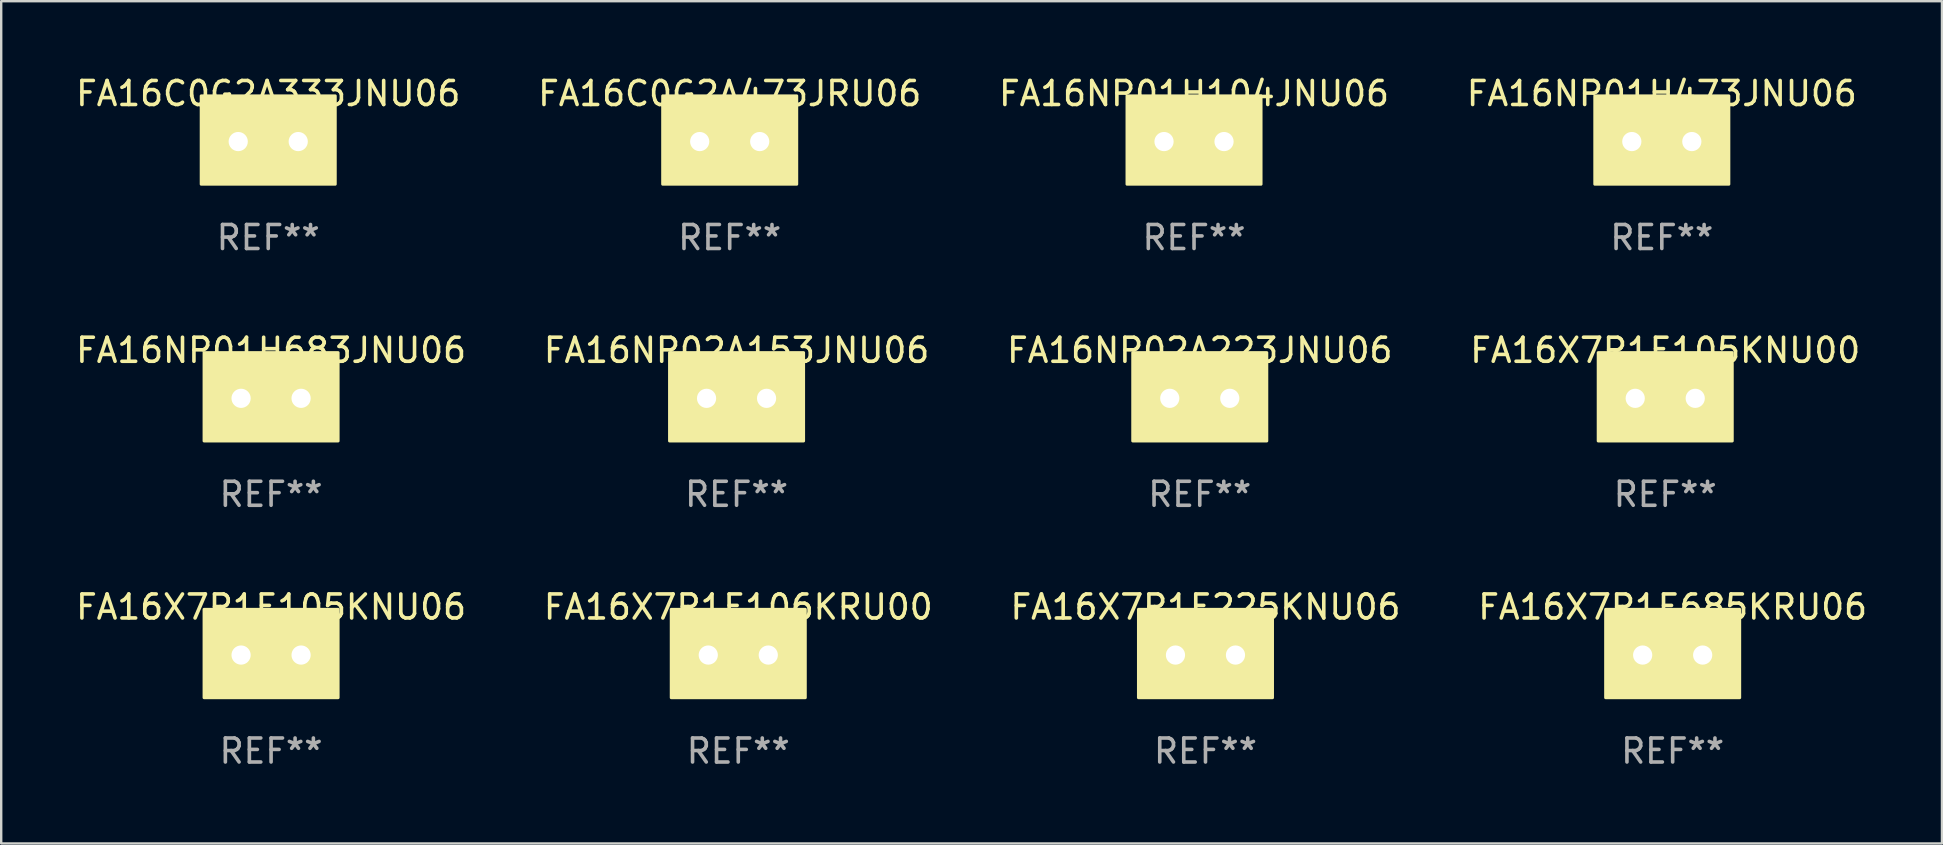
<source format=kicad_pcb>
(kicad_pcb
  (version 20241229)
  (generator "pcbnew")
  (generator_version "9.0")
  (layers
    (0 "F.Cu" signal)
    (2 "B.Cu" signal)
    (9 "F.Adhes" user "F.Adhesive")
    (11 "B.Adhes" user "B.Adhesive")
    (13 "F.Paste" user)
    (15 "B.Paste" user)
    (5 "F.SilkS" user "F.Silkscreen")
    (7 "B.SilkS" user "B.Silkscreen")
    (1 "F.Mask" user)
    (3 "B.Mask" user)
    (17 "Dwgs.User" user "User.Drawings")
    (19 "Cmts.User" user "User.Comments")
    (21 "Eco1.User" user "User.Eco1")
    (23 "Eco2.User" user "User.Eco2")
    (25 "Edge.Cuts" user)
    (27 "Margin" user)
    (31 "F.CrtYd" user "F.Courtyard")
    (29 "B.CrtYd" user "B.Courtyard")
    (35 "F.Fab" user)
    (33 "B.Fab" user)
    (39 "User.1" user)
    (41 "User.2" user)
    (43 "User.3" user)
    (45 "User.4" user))
  (footprint "FA16C0G2A473JRU06"
    (layer "F.Cu")
    (at 27.351 2.848)
    (property "Reference" "FA16C0G2A473JRU06" (at 0 -2 0) (layer "F.SilkS") (effects (font (size 1 1) (thickness 0.15))))
    (attr through_hole)
    (fp_circle (center -2.75 1.75) (end -2.72 1.75) (stroke (width 0.06) (type solid)) (fill no) (layer "F.SilkS"))
    (fp_poly (pts (xy -2.794 -1.905) (xy 2.794 -1.905) (xy 2.794 1.778) (xy -2.794 1.778)) (stroke (width 0.12) (type solid)) (fill yes) (layer "F.SilkS"))
    (fp_text user "REF**" (at 0 4 0) (layer "F.Fab") (effects (font (size 1 1) (thickness 0.15))))
    (pad "1" thru_hole circle (at -1.25 0) (size 1.2 1.2) (drill 0.8) (layers "*.Cu" "*.Mask"))
    (pad "2" thru_hole circle (at 1.25 0) (size 1.2 1.2) (drill 0.8) (layers "*.Cu" "*.Mask")))
  (footprint "FA16NP01H473JNU06"
    (layer "F.Cu")
    (at 66.185 2.848)
    (property "Reference" "FA16NP01H473JNU06" (at 0 -2 0) (layer "F.SilkS") (effects (font (size 1 1) (thickness 0.15))))
    (attr through_hole)
    (fp_circle (center -2.75 1.75) (end -2.72 1.75) (stroke (width 0.06) (type solid)) (fill no) (layer "F.SilkS"))
    (fp_poly (pts (xy -2.794 -1.905) (xy 2.794 -1.905) (xy 2.794 1.778) (xy -2.794 1.778)) (stroke (width 0.12) (type solid)) (fill yes) (layer "F.SilkS"))
    (fp_text user "REF**" (at 0 4 0) (layer "F.Fab") (effects (font (size 1 1) (thickness 0.15))))
    (pad "1" thru_hole circle (at -1.25 0) (size 1.2 1.2) (drill 0.8) (layers "*.Cu" "*.Mask"))
    (pad "2" thru_hole circle (at 1.25 0) (size 1.2 1.2) (drill 0.8) (layers "*.Cu" "*.Mask")))
  (footprint "FA16X7R1E105KNU00"
    (layer "F.Cu")
    (at 66.327 13.545)
    (property "Reference" "FA16X7R1E105KNU00" (at 0 -2 0) (layer "F.SilkS") (effects (font (size 1 1) (thickness 0.15))))
    (attr through_hole)
    (fp_circle (center -2.75 1.75) (end -2.72 1.75) (stroke (width 0.06) (type solid)) (fill no) (layer "F.SilkS"))
    (fp_poly (pts (xy -2.794 -1.905) (xy 2.794 -1.905) (xy 2.794 1.778) (xy -2.794 1.778)) (stroke (width 0.12) (type solid)) (fill yes) (layer "F.SilkS"))
    (fp_text user "REF**" (at 0 4 0) (layer "F.Fab") (effects (font (size 1 1) (thickness 0.15))))
    (pad "1" thru_hole circle (at -1.25 0) (size 1.2 1.2) (drill 0.8) (layers "*.Cu" "*.Mask"))
    (pad "2" thru_hole circle (at 1.25 0) (size 1.2 1.2) (drill 0.8) (layers "*.Cu" "*.Mask")))
  (footprint "FA16X7R1E106KRU00"
    (layer "F.Cu")
    (at 27.708 24.241)
    (property "Reference" "FA16X7R1E106KRU00" (at 0 -2 0) (layer "F.SilkS") (effects (font (size 1 1) (thickness 0.15))))
    (attr through_hole)
    (fp_circle (center -2.75 1.75) (end -2.72 1.75) (stroke (width 0.06) (type solid)) (fill no) (layer "F.SilkS"))
    (fp_poly (pts (xy -2.794 -1.905) (xy 2.794 -1.905) (xy 2.794 1.778) (xy -2.794 1.778)) (stroke (width 0.12) (type solid)) (fill yes) (layer "F.SilkS"))
    (fp_text user "REF**" (at 0 4 0) (layer "F.Fab") (effects (font (size 1 1) (thickness 0.15))))
    (pad "1" thru_hole circle (at -1.25 0) (size 1.2 1.2) (drill 0.8) (layers "*.Cu" "*.Mask"))
    (pad "2" thru_hole circle (at 1.25 0) (size 1.2 1.2) (drill 0.8) (layers "*.Cu" "*.Mask")))
  (footprint "FA16X7R1E225KNU06"
    (layer "F.Cu")
    (at 47.173 24.241)
    (property "Reference" "FA16X7R1E225KNU06" (at 0 -2 0) (layer "F.SilkS") (effects (font (size 1 1) (thickness 0.15))))
    (attr through_hole)
    (fp_circle (center -2.75 1.75) (end -2.72 1.75) (stroke (width 0.06) (type solid)) (fill no) (layer "F.SilkS"))
    (fp_poly (pts (xy -2.794 -1.905) (xy 2.794 -1.905) (xy 2.794 1.778) (xy -2.794 1.778)) (stroke (width 0.12) (type solid)) (fill yes) (layer "F.SilkS"))
    (fp_text user "REF**" (at 0 4 0) (layer "F.Fab") (effects (font (size 1 1) (thickness 0.15))))
    (pad "1" thru_hole circle (at -1.25 0) (size 1.2 1.2) (drill 0.8) (layers "*.Cu" "*.Mask"))
    (pad "2" thru_hole circle (at 1.25 0) (size 1.2 1.2) (drill 0.8) (layers "*.Cu" "*.Mask")))
  (footprint "FA16X7R1E685KRU06"
    (layer "F.Cu")
    (at 66.637 24.241)
    (property "Reference" "FA16X7R1E685KRU06" (at 0 -2 0) (layer "F.SilkS") (effects (font (size 1 1) (thickness 0.15))))
    (attr through_hole)
    (fp_circle (center -2.75 1.75) (end -2.72 1.75) (stroke (width 0.06) (type solid)) (fill no) (layer "F.SilkS"))
    (fp_poly (pts (xy -2.794 -1.905) (xy 2.794 -1.905) (xy 2.794 1.778) (xy -2.794 1.778)) (stroke (width 0.12) (type solid)) (fill yes) (layer "F.SilkS"))
    (fp_text user "REF**" (at 0 4 0) (layer "F.Fab") (effects (font (size 1 1) (thickness 0.15))))
    (pad "1" thru_hole circle (at -1.25 0) (size 1.2 1.2) (drill 0.8) (layers "*.Cu" "*.Mask"))
    (pad "2" thru_hole circle (at 1.25 0) (size 1.2 1.2) (drill 0.8) (layers "*.Cu" "*.Mask")))
  (footprint "FA16NP01H683JNU06"
    (layer "F.Cu")
    (at 8.244 13.545)
    (property "Reference" "FA16NP01H683JNU06" (at 0 -2 0) (layer "F.SilkS") (effects (font (size 1 1) (thickness 0.15))))
    (attr through_hole)
    (fp_circle (center -2.75 1.75) (end -2.72 1.75) (stroke (width 0.06) (type solid)) (fill no) (layer "F.SilkS"))
    (fp_poly (pts (xy -2.794 -1.905) (xy 2.794 -1.905) (xy 2.794 1.778) (xy -2.794 1.778)) (stroke (width 0.12) (type solid)) (fill yes) (layer "F.SilkS"))
    (fp_text user "REF**" (at 0 4 0) (layer "F.Fab") (effects (font (size 1 1) (thickness 0.15))))
    (pad "1" thru_hole circle (at -1.25 0) (size 1.2 1.2) (drill 0.8) (layers "*.Cu" "*.Mask"))
    (pad "2" thru_hole circle (at 1.25 0) (size 1.2 1.2) (drill 0.8) (layers "*.Cu" "*.Mask")))
  (footprint "FA16NP02A153JNU06"
    (layer "F.Cu")
    (at 27.637 13.545)
    (property "Reference" "FA16NP02A153JNU06" (at 0 -2 0) (layer "F.SilkS") (effects (font (size 1 1) (thickness 0.15))))
    (attr through_hole)
    (fp_circle (center -2.75 1.75) (end -2.72 1.75) (stroke (width 0.06) (type solid)) (fill no) (layer "F.SilkS"))
    (fp_poly (pts (xy -2.794 -1.905) (xy 2.794 -1.905) (xy 2.794 1.778) (xy -2.794 1.778)) (stroke (width 0.12) (type solid)) (fill yes) (layer "F.SilkS"))
    (fp_text user "REF**" (at 0 4 0) (layer "F.Fab") (effects (font (size 1 1) (thickness 0.15))))
    (pad "1" thru_hole circle (at -1.25 0) (size 1.2 1.2) (drill 0.8) (layers "*.Cu" "*.Mask"))
    (pad "2" thru_hole circle (at 1.25 0) (size 1.2 1.2) (drill 0.8) (layers "*.Cu" "*.Mask")))
  (footprint "FA16X7R1E105KNU06"
    (layer "F.Cu")
    (at 8.244 24.241)
    (property "Reference" "FA16X7R1E105KNU06" (at 0 -2 0) (layer "F.SilkS") (effects (font (size 1 1) (thickness 0.15))))
    (attr through_hole)
    (fp_circle (center -2.75 1.75) (end -2.72 1.75) (stroke (width 0.06) (type solid)) (fill no) (layer "F.SilkS"))
    (fp_poly (pts (xy -2.794 -1.905) (xy 2.794 -1.905) (xy 2.794 1.778) (xy -2.794 1.778)) (stroke (width 0.12) (type solid)) (fill yes) (layer "F.SilkS"))
    (fp_text user "REF**" (at 0 4 0) (layer "F.Fab") (effects (font (size 1 1) (thickness 0.15))))
    (pad "1" thru_hole circle (at -1.25 0) (size 1.2 1.2) (drill 0.8) (layers "*.Cu" "*.Mask"))
    (pad "2" thru_hole circle (at 1.25 0) (size 1.2 1.2) (drill 0.8) (layers "*.Cu" "*.Mask")))
  (footprint "FA16C0G2A333JNU06"
    (layer "F.Cu")
    (at 8.125 2.848)
    (property "Reference" "FA16C0G2A333JNU06" (at 0 -2 0) (layer "F.SilkS") (effects (font (size 1 1) (thickness 0.15))))
    (attr through_hole)
    (fp_circle (center -2.75 1.75) (end -2.72 1.75) (stroke (width 0.06) (type solid)) (fill no) (layer "F.SilkS"))
    (fp_poly (pts (xy -2.794 -1.905) (xy 2.794 -1.905) (xy 2.794 1.778) (xy -2.794 1.778)) (stroke (width 0.12) (type solid)) (fill yes) (layer "F.SilkS"))
    (fp_text user "REF**" (at 0 4 0) (layer "F.Fab") (effects (font (size 1 1) (thickness 0.15))))
    (pad "1" thru_hole circle (at -1.25 0) (size 1.2 1.2) (drill 0.8) (layers "*.Cu" "*.Mask"))
    (pad "2" thru_hole circle (at 1.25 0) (size 1.2 1.2) (drill 0.8) (layers "*.Cu" "*.Mask")))
  (footprint "FA16NP02A223JNU06"
    (layer "F.Cu")
    (at 46.935 13.545)
    (property "Reference" "FA16NP02A223JNU06" (at 0 -2 0) (layer "F.SilkS") (effects (font (size 1 1) (thickness 0.15))))
    (attr through_hole)
    (fp_circle (center -2.75 1.75) (end -2.72 1.75) (stroke (width 0.06) (type solid)) (fill no) (layer "F.SilkS"))
    (fp_poly (pts (xy -2.794 -1.905) (xy 2.794 -1.905) (xy 2.794 1.778) (xy -2.794 1.778)) (stroke (width 0.12) (type solid)) (fill yes) (layer "F.SilkS"))
    (fp_text user "REF**" (at 0 4 0) (layer "F.Fab") (effects (font (size 1 1) (thickness 0.15))))
    (pad "1" thru_hole circle (at -1.25 0) (size 1.2 1.2) (drill 0.8) (layers "*.Cu" "*.Mask"))
    (pad "2" thru_hole circle (at 1.25 0) (size 1.2 1.2) (drill 0.8) (layers "*.Cu" "*.Mask")))
  (footprint "FA16NP01H104JNU06"
    (layer "F.Cu")
    (at 46.696 2.848)
    (property "Reference" "FA16NP01H104JNU06" (at 0 -2 0) (layer "F.SilkS") (effects (font (size 1 1) (thickness 0.15))))
    (attr through_hole)
    (fp_circle (center -2.75 1.75) (end -2.72 1.75) (stroke (width 0.06) (type solid)) (fill no) (layer "F.SilkS"))
    (fp_poly (pts (xy -2.794 -1.905) (xy 2.794 -1.905) (xy 2.794 1.778) (xy -2.794 1.778)) (stroke (width 0.12) (type solid)) (fill yes) (layer "F.SilkS"))
    (fp_text user "REF**" (at 0 4 0) (layer "F.Fab") (effects (font (size 1 1) (thickness 0.15))))
    (pad "1" thru_hole circle (at -1.25 0) (size 1.2 1.2) (drill 0.8) (layers "*.Cu" "*.Mask"))
    (pad "2" thru_hole circle (at 1.25 0) (size 1.2 1.2) (drill 0.8) (layers "*.Cu" "*.Mask")))
  (gr_rect
    (start -3 -3)
    (end 77.857 32.09)
    (stroke (width 0.1) (type default))
    (fill no)
    (layer "Edge.Cuts")))
</source>
